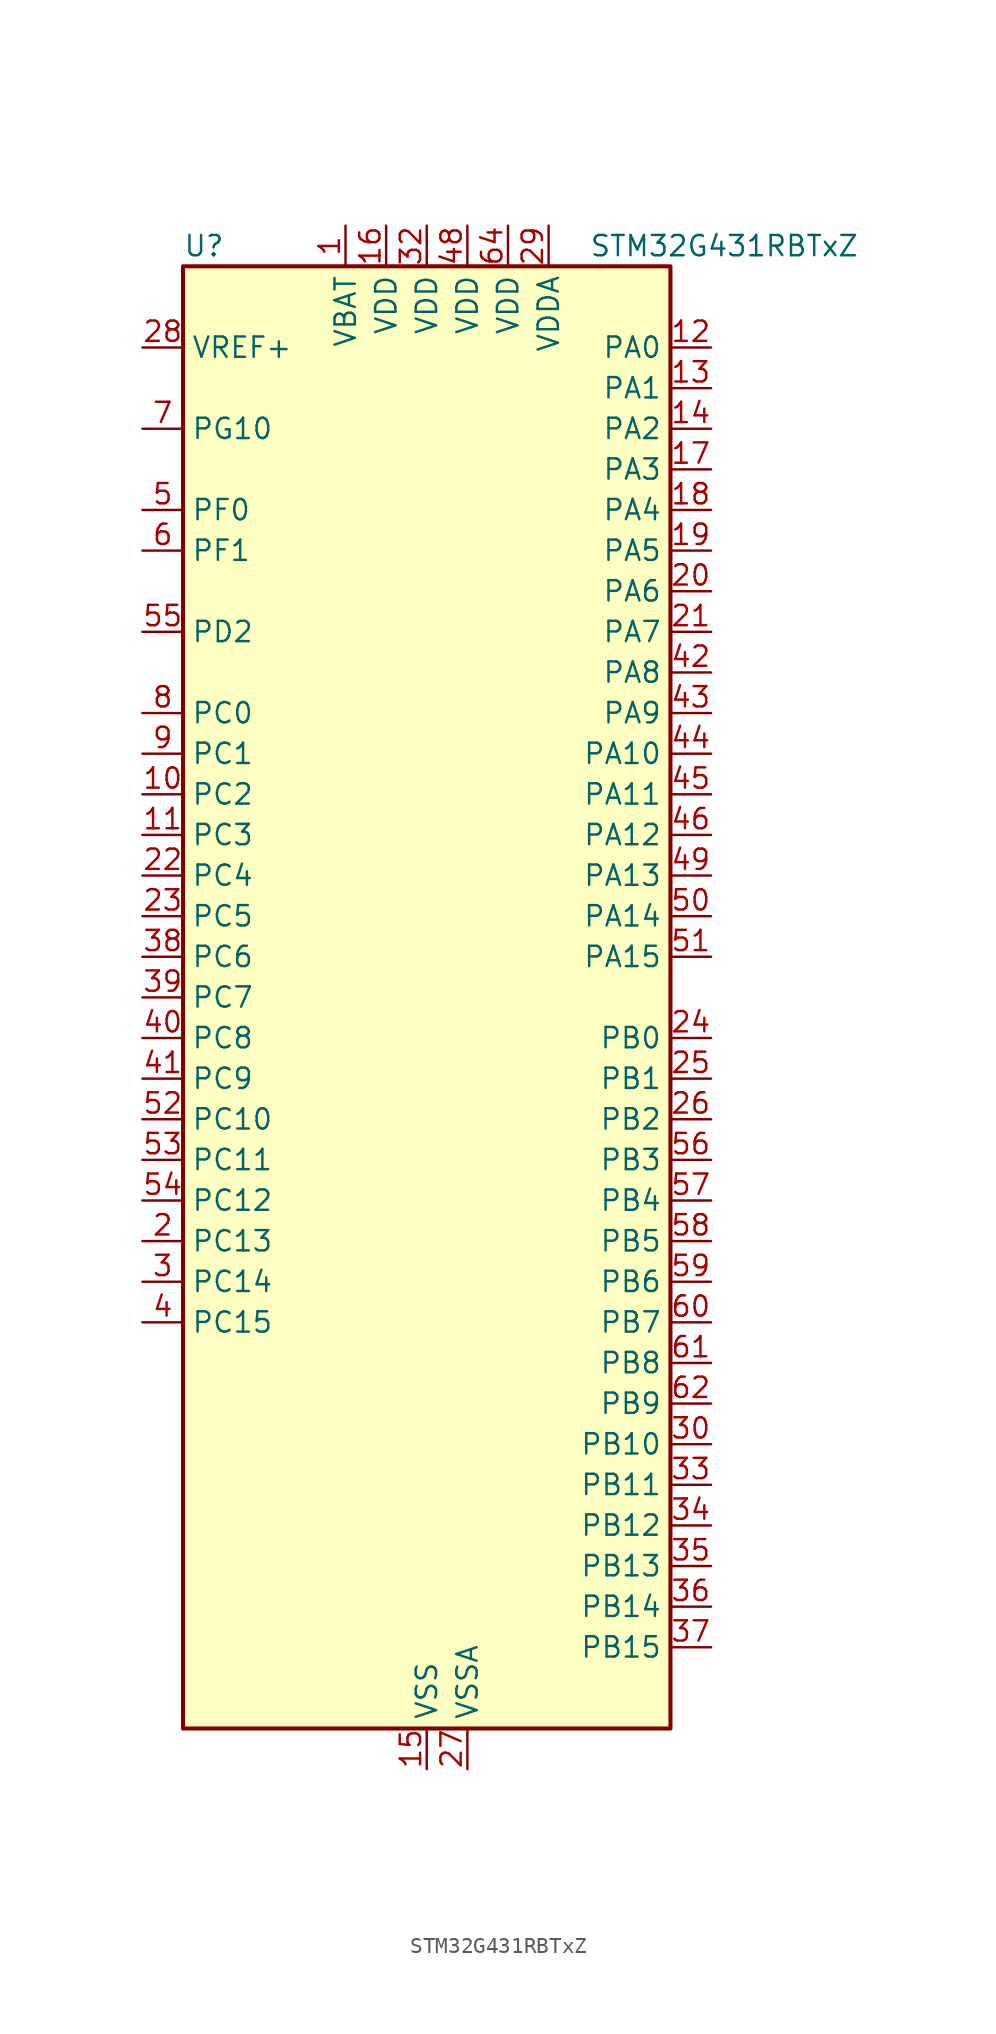
<source format=kicad_sym>
(kicad_symbol_lib
  (version 20241209)
  (generator "kicad_symbol_editor")
  (generator_version "9.0")
  (symbol "STM32G431RBTxZ"
    (property "Reference" "U"
      (at -15.24 46.99 0)
      (effects (font (size 1.27 1.27)) (justify left)))
    (property "Value" "STM32G431RBTxZ"
      (at 10.16 46.99 0)
      (effects (font (size 1.27 1.27)) (justify left)))
    (symbol "STM32G431RBTxZ_0_1"
      (rectangle (start -15.24 -45.72) (end 15.24 45.72) (stroke (width 0.254) (type default)) (fill (type background))))
    (symbol "STM32G431RBTxZ_1_1"
      (pin input line (at -17.78 40.64 0) (length 2.54) (name "VREF+" (effects (font (size 1.27 1.27)))) (number "28" (effects (font (size 1.27 1.27)))) (alternate "VREFBUF_OUT" bidirectional line))
      (pin bidirectional line (at -17.78 35.56 0) (length 2.54) (name "PG10" (effects (font (size 1.27 1.27)))) (number "7" (effects (font (size 1.27 1.27)))) (alternate "DAC1_EXTI10" bidirectional line) (alternate "DAC3_EXTI10" bidirectional line) (alternate "RCC_MCO" bidirectional line))
      (pin bidirectional line (at -17.78 30.48 0) (length 2.54) (name "PF0" (effects (font (size 1.27 1.27)))) (number "5" (effects (font (size 1.27 1.27)))) (alternate "ADC1_IN10" bidirectional line) (alternate "I2C2_SDA" bidirectional line) (alternate "I2S2_WS" bidirectional line) (alternate "RCC_OSC_IN" bidirectional line) (alternate "SPI2_NSS" bidirectional line) (alternate "TIM1_CH3N" bidirectional line))
      (pin bidirectional line (at -17.78 27.94 0) (length 2.54) (name "PF1" (effects (font (size 1.27 1.27)))) (number "6" (effects (font (size 1.27 1.27)))) (alternate "ADC2_IN10" bidirectional line) (alternate "COMP3_INM" bidirectional line) (alternate "I2S2_CK" bidirectional line) (alternate "RCC_OSC_OUT" bidirectional line) (alternate "SPI2_SCK" bidirectional line))
      (pin bidirectional line (at -17.78 22.86 0) (length 2.54) (name "PD2" (effects (font (size 1.27 1.27)))) (number "55" (effects (font (size 1.27 1.27)))) (alternate "TIM3_ETR" bidirectional line) (alternate "TIM8_BKIN" bidirectional line))
      (pin bidirectional line (at -17.78 17.78 0) (length 2.54) (name "PC0" (effects (font (size 1.27 1.27)))) (number "8" (effects (font (size 1.27 1.27)))) (alternate "ADC1_IN6" bidirectional line) (alternate "ADC2_IN6" bidirectional line) (alternate "COMP3_INM" bidirectional line) (alternate "LPTIM1_IN1" bidirectional line) (alternate "LPUART1_RX" bidirectional line) (alternate "TIM1_CH1" bidirectional line))
      (pin bidirectional line (at -17.78 15.24 0) (length 2.54) (name "PC1" (effects (font (size 1.27 1.27)))) (number "9" (effects (font (size 1.27 1.27)))) (alternate "ADC1_IN7" bidirectional line) (alternate "ADC2_IN7" bidirectional line) (alternate "COMP3_INP" bidirectional line) (alternate "LPTIM1_OUT" bidirectional line) (alternate "LPUART1_TX" bidirectional line) (alternate "SAI1_SD_A" bidirectional line) (alternate "TIM1_CH2" bidirectional line))
      (pin bidirectional line (at -17.78 12.7 0) (length 2.54) (name "PC2" (effects (font (size 1.27 1.27)))) (number "10" (effects (font (size 1.27 1.27)))) (alternate "ADC1_IN8" bidirectional line) (alternate "ADC2_IN8" bidirectional line) (alternate "COMP3_OUT" bidirectional line) (alternate "LPTIM1_IN2" bidirectional line) (alternate "TIM1_CH3" bidirectional line))
      (pin bidirectional line (at -17.78 10.16 0) (length 2.54) (name "PC3" (effects (font (size 1.27 1.27)))) (number "11" (effects (font (size 1.27 1.27)))) (alternate "ADC1_IN9" bidirectional line) (alternate "ADC2_IN9" bidirectional line) (alternate "LPTIM1_ETR" bidirectional line) (alternate "SAI1_D1" bidirectional line) (alternate "SAI1_SD_A" bidirectional line) (alternate "TIM1_BKIN2" bidirectional line) (alternate "TIM1_CH4" bidirectional line))
      (pin bidirectional line (at -17.78 7.62 0) (length 2.54) (name "PC4" (effects (font (size 1.27 1.27)))) (number "22" (effects (font (size 1.27 1.27)))) (alternate "ADC2_IN5" bidirectional line) (alternate "I2C2_SCL" bidirectional line) (alternate "TIM1_ETR" bidirectional line) (alternate "USART1_TX" bidirectional line))
      (pin bidirectional line (at -17.78 5.08 0) (length 2.54) (name "PC5" (effects (font (size 1.27 1.27)))) (number "23" (effects (font (size 1.27 1.27)))) (alternate "ADC2_IN11" bidirectional line) (alternate "OPAMP1_VINM" bidirectional line) (alternate "OPAMP1_VINM1" bidirectional line) (alternate "OPAMP1_VINM_SEC" bidirectional line) (alternate "OPAMP2_VINM" bidirectional line) (alternate "OPAMP2_VINM1" bidirectional line) (alternate "OPAMP2_VINM_SEC" bidirectional line) (alternate "SAI1_D3" bidirectional line) (alternate "SYS_WKUP5" bidirectional line) (alternate "TIM15_BKIN" bidirectional line) (alternate "TIM1_CH4N" bidirectional line) (alternate "USART1_RX" bidirectional line))
      (pin bidirectional line (at -17.78 2.54 0) (length 2.54) (name "PC6" (effects (font (size 1.27 1.27)))) (number "38" (effects (font (size 1.27 1.27)))) (alternate "I2S2_MCK" bidirectional line) (alternate "TIM3_CH1" bidirectional line) (alternate "TIM8_CH1" bidirectional line))
      (pin bidirectional line (at -17.78 0 0) (length 2.54) (name "PC7" (effects (font (size 1.27 1.27)))) (number "39" (effects (font (size 1.27 1.27)))) (alternate "I2S3_MCK" bidirectional line) (alternate "TIM3_CH2" bidirectional line) (alternate "TIM8_CH2" bidirectional line))
      (pin bidirectional line (at -17.78 -2.54 0) (length 2.54) (name "PC8" (effects (font (size 1.27 1.27)))) (number "40" (effects (font (size 1.27 1.27)))) (alternate "I2C3_SCL" bidirectional line) (alternate "TIM3_CH3" bidirectional line) (alternate "TIM8_CH3" bidirectional line))
      (pin bidirectional line (at -17.78 -5.08 0) (length 2.54) (name "PC9" (effects (font (size 1.27 1.27)))) (number "41" (effects (font (size 1.27 1.27)))) (alternate "DAC1_EXTI9" bidirectional line) (alternate "DAC3_EXTI9" bidirectional line) (alternate "I2C3_SDA" bidirectional line) (alternate "I2S_CKIN" bidirectional line) (alternate "TIM3_CH4" bidirectional line) (alternate "TIM8_BKIN2" bidirectional line) (alternate "TIM8_CH4" bidirectional line))
      (pin bidirectional line (at -17.78 -7.62 0) (length 2.54) (name "PC10" (effects (font (size 1.27 1.27)))) (number "52" (effects (font (size 1.27 1.27)))) (alternate "DAC1_EXTI10" bidirectional line) (alternate "DAC3_EXTI10" bidirectional line) (alternate "I2S3_CK" bidirectional line) (alternate "SPI3_SCK" bidirectional line) (alternate "TIM8_CH1N" bidirectional line) (alternate "UART4_TX" bidirectional line) (alternate "USART3_TX" bidirectional line))
      (pin bidirectional line (at -17.78 -10.16 0) (length 2.54) (name "PC11" (effects (font (size 1.27 1.27)))) (number "53" (effects (font (size 1.27 1.27)))) (alternate "ADC1_EXTI11" bidirectional line) (alternate "ADC2_EXTI11" bidirectional line) (alternate "I2C3_SDA" bidirectional line) (alternate "SPI3_MISO" bidirectional line) (alternate "TIM8_CH2N" bidirectional line) (alternate "UART4_RX" bidirectional line) (alternate "USART3_RX" bidirectional line))
      (pin bidirectional line (at -17.78 -12.7 0) (length 2.54) (name "PC12" (effects (font (size 1.27 1.27)))) (number "54" (effects (font (size 1.27 1.27)))) (alternate "I2S3_SD" bidirectional line) (alternate "SPI3_MOSI" bidirectional line) (alternate "TIM8_CH3N" bidirectional line) (alternate "UCPD1_FRSTX1" bidirectional line) (alternate "UCPD1_FRSTX2" bidirectional line) (alternate "USART3_CK" bidirectional line))
      (pin bidirectional line (at -17.78 -15.24 0) (length 2.54) (name "PC13" (effects (font (size 1.27 1.27)))) (number "2" (effects (font (size 1.27 1.27)))) (alternate "RTC_OUT1" bidirectional line) (alternate "RTC_TAMP1" bidirectional line) (alternate "RTC_TS" bidirectional line) (alternate "SYS_WKUP2" bidirectional line) (alternate "TIM1_BKIN" bidirectional line) (alternate "TIM1_CH1N" bidirectional line) (alternate "TIM8_CH4N" bidirectional line))
      (pin bidirectional line (at -17.78 -17.78 0) (length 2.54) (name "PC14" (effects (font (size 1.27 1.27)))) (number "3" (effects (font (size 1.27 1.27)))) (alternate "RCC_OSC32_IN" bidirectional line))
      (pin bidirectional line (at -17.78 -20.32 0) (length 2.54) (name "PC15" (effects (font (size 1.27 1.27)))) (number "4" (effects (font (size 1.27 1.27)))) (alternate "ADC1_EXTI15" bidirectional line) (alternate "ADC2_EXTI15" bidirectional line) (alternate "RCC_OSC32_OUT" bidirectional line))
      (pin power_in line (at -5.08 48.26 270) (length 2.54) (name "VBAT" (effects (font (size 1.27 1.27)))) (number "1" (effects (font (size 1.27 1.27)))))
      (pin power_in line (at -2.54 48.26 270) (length 2.54) (name "VDD" (effects (font (size 1.27 1.27)))) (number "16" (effects (font (size 1.27 1.27)))))
      (pin power_in line (at 0 48.26 270) (length 2.54) (name "VDD" (effects (font (size 1.27 1.27)))) (number "32" (effects (font (size 1.27 1.27)))))
      (pin power_in line (at 0 -48.26 90) (length 2.54) (name "VSS" (effects (font (size 1.27 1.27)))) (number "15" (effects (font (size 1.27 1.27)))))
      (pin passive line (at 0 -48.26 90) (length 2.54) (hide yes) (name "VSS" (effects (font (size 1.27 1.27)))) (number "31" (effects (font (size 1.27 1.27)))))
      (pin passive line (at 0 -48.26 90) (length 2.54) (hide yes) (name "VSS" (effects (font (size 1.27 1.27)))) (number "47" (effects (font (size 1.27 1.27)))))
      (pin passive line (at 0 -48.26 90) (length 2.54) (hide yes) (name "VSS" (effects (font (size 1.27 1.27)))) (number "63" (effects (font (size 1.27 1.27)))))
      (pin power_in line (at 2.54 48.26 270) (length 2.54) (name "VDD" (effects (font (size 1.27 1.27)))) (number "48" (effects (font (size 1.27 1.27)))))
      (pin power_in line (at 2.54 -48.26 90) (length 2.54) (name "VSSA" (effects (font (size 1.27 1.27)))) (number "27" (effects (font (size 1.27 1.27)))))
      (pin power_in line (at 5.08 48.26 270) (length 2.54) (name "VDD" (effects (font (size 1.27 1.27)))) (number "64" (effects (font (size 1.27 1.27)))))
      (pin power_in line (at 7.62 48.26 270) (length 2.54) (name "VDDA" (effects (font (size 1.27 1.27)))) (number "29" (effects (font (size 1.27 1.27)))))
      (pin bidirectional line (at 17.78 40.64 180) (length 2.54) (name "PA0" (effects (font (size 1.27 1.27)))) (number "12" (effects (font (size 1.27 1.27)))) (alternate "ADC1_IN1" bidirectional line) (alternate "ADC2_IN1" bidirectional line) (alternate "COMP1_INM" bidirectional line) (alternate "COMP1_OUT" bidirectional line) (alternate "COMP3_INP" bidirectional line) (alternate "RTC_TAMP2" bidirectional line) (alternate "SYS_WKUP1" bidirectional line) (alternate "TIM2_CH1" bidirectional line) (alternate "TIM2_ETR" bidirectional line) (alternate "TIM8_BKIN" bidirectional line) (alternate "TIM8_ETR" bidirectional line) (alternate "USART2_CTS" bidirectional line) (alternate "USART2_NSS" bidirectional line))
      (pin bidirectional line (at 17.78 38.1 180) (length 2.54) (name "PA1" (effects (font (size 1.27 1.27)))) (number "13" (effects (font (size 1.27 1.27)))) (alternate "ADC1_IN2" bidirectional line) (alternate "ADC2_IN2" bidirectional line) (alternate "COMP1_INP" bidirectional line) (alternate "OPAMP1_VINP" bidirectional line) (alternate "OPAMP1_VINP_SEC" bidirectional line) (alternate "OPAMP3_VINP" bidirectional line) (alternate "OPAMP3_VINP_SEC" bidirectional line) (alternate "RTC_REFIN" bidirectional line) (alternate "TIM15_CH1N" bidirectional line) (alternate "TIM2_CH2" bidirectional line) (alternate "USART2_DE" bidirectional line) (alternate "USART2_RTS" bidirectional line))
      (pin bidirectional line (at 17.78 35.56 180) (length 2.54) (name "PA2" (effects (font (size 1.27 1.27)))) (number "14" (effects (font (size 1.27 1.27)))) (alternate "ADC1_IN3" bidirectional line) (alternate "COMP2_INM" bidirectional line) (alternate "COMP2_OUT" bidirectional line) (alternate "LPUART1_TX" bidirectional line) (alternate "OPAMP1_VOUT" bidirectional line) (alternate "RCC_LSCO" bidirectional line) (alternate "SYS_WKUP4" bidirectional line) (alternate "TIM15_CH1" bidirectional line) (alternate "TIM2_CH3" bidirectional line) (alternate "UCPD1_FRSTX1" bidirectional line) (alternate "UCPD1_FRSTX2" bidirectional line) (alternate "USART2_TX" bidirectional line))
      (pin bidirectional line (at 17.78 33.02 180) (length 2.54) (name "PA3" (effects (font (size 1.27 1.27)))) (number "17" (effects (font (size 1.27 1.27)))) (alternate "ADC1_IN4" bidirectional line) (alternate "COMP2_INP" bidirectional line) (alternate "LPUART1_RX" bidirectional line) (alternate "OPAMP1_VINM" bidirectional line) (alternate "OPAMP1_VINM0" bidirectional line) (alternate "OPAMP1_VINM_SEC" bidirectional line) (alternate "OPAMP1_VINP" bidirectional line) (alternate "OPAMP1_VINP_SEC" bidirectional line) (alternate "SAI1_CK1" bidirectional line) (alternate "SAI1_MCLK_A" bidirectional line) (alternate "TIM15_CH2" bidirectional line) (alternate "TIM2_CH4" bidirectional line) (alternate "USART2_RX" bidirectional line))
      (pin bidirectional line (at 17.78 30.48 180) (length 2.54) (name "PA4" (effects (font (size 1.27 1.27)))) (number "18" (effects (font (size 1.27 1.27)))) (alternate "ADC2_IN17" bidirectional line) (alternate "COMP1_INM" bidirectional line) (alternate "DAC1_OUT1" bidirectional line) (alternate "I2S3_WS" bidirectional line) (alternate "SAI1_FS_B" bidirectional line) (alternate "SPI1_NSS" bidirectional line) (alternate "SPI3_NSS" bidirectional line) (alternate "TIM3_CH2" bidirectional line) (alternate "USART2_CK" bidirectional line))
      (pin bidirectional line (at 17.78 27.94 180) (length 2.54) (name "PA5" (effects (font (size 1.27 1.27)))) (number "19" (effects (font (size 1.27 1.27)))) (alternate "ADC2_IN13" bidirectional line) (alternate "COMP2_INM" bidirectional line) (alternate "DAC1_OUT2" bidirectional line) (alternate "OPAMP2_VINM" bidirectional line) (alternate "OPAMP2_VINM0" bidirectional line) (alternate "OPAMP2_VINM_SEC" bidirectional line) (alternate "SPI1_SCK" bidirectional line) (alternate "TIM2_CH1" bidirectional line) (alternate "TIM2_ETR" bidirectional line) (alternate "UCPD1_FRSTX1" bidirectional line) (alternate "UCPD1_FRSTX2" bidirectional line))
      (pin bidirectional line (at 17.78 25.4 180) (length 2.54) (name "PA6" (effects (font (size 1.27 1.27)))) (number "20" (effects (font (size 1.27 1.27)))) (alternate "ADC2_IN3" bidirectional line) (alternate "COMP1_OUT" bidirectional line) (alternate "LPUART1_CTS" bidirectional line) (alternate "OPAMP2_VOUT" bidirectional line) (alternate "SPI1_MISO" bidirectional line) (alternate "TIM16_CH1" bidirectional line) (alternate "TIM1_BKIN" bidirectional line) (alternate "TIM3_CH1" bidirectional line) (alternate "TIM8_BKIN" bidirectional line))
      (pin bidirectional line (at 17.78 22.86 180) (length 2.54) (name "PA7" (effects (font (size 1.27 1.27)))) (number "21" (effects (font (size 1.27 1.27)))) (alternate "ADC2_IN4" bidirectional line) (alternate "COMP2_INP" bidirectional line) (alternate "COMP2_OUT" bidirectional line) (alternate "OPAMP1_VINP" bidirectional line) (alternate "OPAMP1_VINP_SEC" bidirectional line) (alternate "OPAMP2_VINP" bidirectional line) (alternate "OPAMP2_VINP_SEC" bidirectional line) (alternate "SPI1_MOSI" bidirectional line) (alternate "TIM17_CH1" bidirectional line) (alternate "TIM1_CH1N" bidirectional line) (alternate "TIM3_CH2" bidirectional line) (alternate "TIM8_CH1N" bidirectional line) (alternate "UCPD1_FRSTX1" bidirectional line) (alternate "UCPD1_FRSTX2" bidirectional line))
      (pin bidirectional line (at 17.78 20.32 180) (length 2.54) (name "PA8" (effects (font (size 1.27 1.27)))) (number "42" (effects (font (size 1.27 1.27)))) (alternate "I2C2_SDA" bidirectional line) (alternate "I2C3_SCL" bidirectional line) (alternate "I2S2_MCK" bidirectional line) (alternate "RCC_MCO" bidirectional line) (alternate "SAI1_CK2" bidirectional line) (alternate "SAI1_SCK_A" bidirectional line) (alternate "TIM1_CH1" bidirectional line) (alternate "TIM4_ETR" bidirectional line) (alternate "USART1_CK" bidirectional line))
      (pin bidirectional line (at 17.78 17.78 180) (length 2.54) (name "PA9" (effects (font (size 1.27 1.27)))) (number "43" (effects (font (size 1.27 1.27)))) (alternate "DAC1_EXTI9" bidirectional line) (alternate "DAC3_EXTI9" bidirectional line) (alternate "I2C2_SCL" bidirectional line) (alternate "I2C3_SMBA" bidirectional line) (alternate "I2S3_MCK" bidirectional line) (alternate "SAI1_FS_A" bidirectional line) (alternate "TIM15_BKIN" bidirectional line) (alternate "TIM1_CH2" bidirectional line) (alternate "TIM2_CH3" bidirectional line) (alternate "UCPD1_DBCC1" bidirectional line) (alternate "USART1_TX" bidirectional line))
      (pin bidirectional line (at 17.78 15.24 180) (length 2.54) (name "PA10" (effects (font (size 1.27 1.27)))) (number "44" (effects (font (size 1.27 1.27)))) (alternate "CRS_SYNC" bidirectional line) (alternate "DAC1_EXTI10" bidirectional line) (alternate "DAC3_EXTI10" bidirectional line) (alternate "I2C2_SMBA" bidirectional line) (alternate "SAI1_D1" bidirectional line) (alternate "SAI1_SD_A" bidirectional line) (alternate "SPI2_MISO" bidirectional line) (alternate "TIM17_BKIN" bidirectional line) (alternate "TIM1_CH3" bidirectional line) (alternate "TIM2_CH4" bidirectional line) (alternate "TIM8_BKIN" bidirectional line) (alternate "UCPD1_DBCC2" bidirectional line) (alternate "USART1_RX" bidirectional line))
      (pin bidirectional line (at 17.78 12.7 180) (length 2.54) (name "PA11" (effects (font (size 1.27 1.27)))) (number "45" (effects (font (size 1.27 1.27)))) (alternate "ADC1_EXTI11" bidirectional line) (alternate "ADC2_EXTI11" bidirectional line) (alternate "COMP1_OUT" bidirectional line) (alternate "FDCAN1_RX" bidirectional line) (alternate "I2S2_SD" bidirectional line) (alternate "SPI2_MOSI" bidirectional line) (alternate "TIM1_BKIN2" bidirectional line) (alternate "TIM1_CH1N" bidirectional line) (alternate "TIM1_CH4" bidirectional line) (alternate "TIM4_CH1" bidirectional line) (alternate "USART1_CTS" bidirectional line) (alternate "USART1_NSS" bidirectional line) (alternate "USB_DM" bidirectional line))
      (pin bidirectional line (at 17.78 10.16 180) (length 2.54) (name "PA12" (effects (font (size 1.27 1.27)))) (number "46" (effects (font (size 1.27 1.27)))) (alternate "COMP2_OUT" bidirectional line) (alternate "FDCAN1_TX" bidirectional line) (alternate "I2S_CKIN" bidirectional line) (alternate "TIM16_CH1" bidirectional line) (alternate "TIM1_CH2N" bidirectional line) (alternate "TIM1_ETR" bidirectional line) (alternate "TIM4_CH2" bidirectional line) (alternate "USART1_DE" bidirectional line) (alternate "USART1_RTS" bidirectional line) (alternate "USB_DP" bidirectional line))
      (pin bidirectional line (at 17.78 7.62 180) (length 2.54) (name "PA13" (effects (font (size 1.27 1.27)))) (number "49" (effects (font (size 1.27 1.27)))) (alternate "I2C1_SCL" bidirectional line) (alternate "IR_OUT" bidirectional line) (alternate "SAI1_SD_B" bidirectional line) (alternate "SYS_JTMS-SWDIO" bidirectional line) (alternate "TIM16_CH1N" bidirectional line) (alternate "TIM4_CH3" bidirectional line) (alternate "USART3_CTS" bidirectional line) (alternate "USART3_NSS" bidirectional line))
      (pin bidirectional line (at 17.78 5.08 180) (length 2.54) (name "PA14" (effects (font (size 1.27 1.27)))) (number "50" (effects (font (size 1.27 1.27)))) (alternate "I2C1_SDA" bidirectional line) (alternate "LPTIM1_OUT" bidirectional line) (alternate "SAI1_FS_B" bidirectional line) (alternate "SYS_JTCK-SWCLK" bidirectional line) (alternate "TIM1_BKIN" bidirectional line) (alternate "TIM8_CH2" bidirectional line) (alternate "USART2_TX" bidirectional line))
      (pin bidirectional line (at 17.78 2.54 180) (length 2.54) (name "PA15" (effects (font (size 1.27 1.27)))) (number "51" (effects (font (size 1.27 1.27)))) (alternate "ADC1_EXTI15" bidirectional line) (alternate "ADC2_EXTI15" bidirectional line) (alternate "I2C1_SCL" bidirectional line) (alternate "I2S3_WS" bidirectional line) (alternate "SPI1_NSS" bidirectional line) (alternate "SPI3_NSS" bidirectional line) (alternate "SYS_JTDI" bidirectional line) (alternate "TIM1_BKIN" bidirectional line) (alternate "TIM2_CH1" bidirectional line) (alternate "TIM2_ETR" bidirectional line) (alternate "TIM8_CH1" bidirectional line) (alternate "UART4_DE" bidirectional line) (alternate "UART4_RTS" bidirectional line) (alternate "USART2_RX" bidirectional line))
      (pin bidirectional line (at 17.78 -2.54 180) (length 2.54) (name "PB0" (effects (font (size 1.27 1.27)))) (number "24" (effects (font (size 1.27 1.27)))) (alternate "ADC1_IN15" bidirectional line) (alternate "COMP4_INP" bidirectional line) (alternate "OPAMP2_VINP" bidirectional line) (alternate "OPAMP2_VINP_SEC" bidirectional line) (alternate "OPAMP3_VINP" bidirectional line) (alternate "OPAMP3_VINP_SEC" bidirectional line) (alternate "TIM1_CH2N" bidirectional line) (alternate "TIM3_CH3" bidirectional line) (alternate "TIM8_CH2N" bidirectional line) (alternate "UCPD1_FRSTX1" bidirectional line) (alternate "UCPD1_FRSTX2" bidirectional line))
      (pin bidirectional line (at 17.78 -5.08 180) (length 2.54) (name "PB1" (effects (font (size 1.27 1.27)))) (number "25" (effects (font (size 1.27 1.27)))) (alternate "ADC1_IN12" bidirectional line) (alternate "COMP1_INP" bidirectional line) (alternate "COMP4_OUT" bidirectional line) (alternate "LPUART1_DE" bidirectional line) (alternate "LPUART1_RTS" bidirectional line) (alternate "OPAMP3_VOUT" bidirectional line) (alternate "TIM1_CH3N" bidirectional line) (alternate "TIM3_CH4" bidirectional line) (alternate "TIM8_CH3N" bidirectional line))
      (pin bidirectional line (at 17.78 -7.62 180) (length 2.54) (name "PB2" (effects (font (size 1.27 1.27)))) (number "26" (effects (font (size 1.27 1.27)))) (alternate "ADC2_IN12" bidirectional line) (alternate "COMP4_INM" bidirectional line) (alternate "I2C3_SMBA" bidirectional line) (alternate "LPTIM1_OUT" bidirectional line) (alternate "OPAMP3_VINM" bidirectional line) (alternate "OPAMP3_VINM0" bidirectional line) (alternate "OPAMP3_VINM_SEC" bidirectional line) (alternate "RTC_OUT2" bidirectional line))
      (pin bidirectional line (at 17.78 -10.16 180) (length 2.54) (name "PB3" (effects (font (size 1.27 1.27)))) (number "56" (effects (font (size 1.27 1.27)))) (alternate "CRS_SYNC" bidirectional line) (alternate "I2S3_CK" bidirectional line) (alternate "SAI1_SCK_B" bidirectional line) (alternate "SPI1_SCK" bidirectional line) (alternate "SPI3_SCK" bidirectional line) (alternate "SYS_JTDO-SWO" bidirectional line) (alternate "TIM2_CH2" bidirectional line) (alternate "TIM3_ETR" bidirectional line) (alternate "TIM4_ETR" bidirectional line) (alternate "TIM8_CH1N" bidirectional line) (alternate "USART2_TX" bidirectional line))
      (pin bidirectional line (at 17.78 -12.7 180) (length 2.54) (name "PB4" (effects (font (size 1.27 1.27)))) (number "57" (effects (font (size 1.27 1.27)))) (alternate "SAI1_MCLK_B" bidirectional line) (alternate "SPI1_MISO" bidirectional line) (alternate "SPI3_MISO" bidirectional line) (alternate "SYS_JTRST" bidirectional line) (alternate "TIM16_CH1" bidirectional line) (alternate "TIM17_BKIN" bidirectional line) (alternate "TIM3_CH1" bidirectional line) (alternate "TIM8_CH2N" bidirectional line) (alternate "UCPD1_CC2" bidirectional line) (alternate "USART2_RX" bidirectional line))
      (pin bidirectional line (at 17.78 -15.24 180) (length 2.54) (name "PB5" (effects (font (size 1.27 1.27)))) (number "58" (effects (font (size 1.27 1.27)))) (alternate "I2C1_SMBA" bidirectional line) (alternate "I2C3_SDA" bidirectional line) (alternate "I2S3_SD" bidirectional line) (alternate "LPTIM1_IN1" bidirectional line) (alternate "SAI1_SD_B" bidirectional line) (alternate "SPI1_MOSI" bidirectional line) (alternate "SPI3_MOSI" bidirectional line) (alternate "TIM16_BKIN" bidirectional line) (alternate "TIM17_CH1" bidirectional line) (alternate "TIM3_CH2" bidirectional line) (alternate "TIM8_CH3N" bidirectional line) (alternate "USART2_CK" bidirectional line))
      (pin bidirectional line (at 17.78 -17.78 180) (length 2.54) (name "PB6" (effects (font (size 1.27 1.27)))) (number "59" (effects (font (size 1.27 1.27)))) (alternate "COMP4_OUT" bidirectional line) (alternate "LPTIM1_ETR" bidirectional line) (alternate "SAI1_FS_B" bidirectional line) (alternate "TIM16_CH1N" bidirectional line) (alternate "TIM4_CH1" bidirectional line) (alternate "TIM8_BKIN2" bidirectional line) (alternate "TIM8_CH1" bidirectional line) (alternate "TIM8_ETR" bidirectional line) (alternate "UCPD1_CC1" bidirectional line) (alternate "USART1_TX" bidirectional line))
      (pin bidirectional line (at 17.78 -20.32 180) (length 2.54) (name "PB7" (effects (font (size 1.27 1.27)))) (number "60" (effects (font (size 1.27 1.27)))) (alternate "COMP3_OUT" bidirectional line) (alternate "I2C1_SDA" bidirectional line) (alternate "LPTIM1_IN2" bidirectional line) (alternate "SYS_PVD_IN" bidirectional line) (alternate "TIM17_CH1N" bidirectional line) (alternate "TIM3_CH4" bidirectional line) (alternate "TIM4_CH2" bidirectional line) (alternate "TIM8_BKIN" bidirectional line) (alternate "UART4_CTS" bidirectional line) (alternate "USART1_RX" bidirectional line))
      (pin bidirectional line (at 17.78 -22.86 180) (length 2.54) (name "PB8" (effects (font (size 1.27 1.27)))) (number "61" (effects (font (size 1.27 1.27)))) (alternate "COMP1_OUT" bidirectional line) (alternate "FDCAN1_RX" bidirectional line) (alternate "I2C1_SCL" bidirectional line) (alternate "SAI1_CK1" bidirectional line) (alternate "SAI1_MCLK_A" bidirectional line) (alternate "TIM16_CH1" bidirectional line) (alternate "TIM1_BKIN" bidirectional line) (alternate "TIM4_CH3" bidirectional line) (alternate "TIM8_CH2" bidirectional line) (alternate "USART3_RX" bidirectional line))
      (pin bidirectional line (at 17.78 -25.4 180) (length 2.54) (name "PB9" (effects (font (size 1.27 1.27)))) (number "62" (effects (font (size 1.27 1.27)))) (alternate "COMP2_OUT" bidirectional line) (alternate "DAC1_EXTI9" bidirectional line) (alternate "DAC3_EXTI9" bidirectional line) (alternate "FDCAN1_TX" bidirectional line) (alternate "I2C1_SDA" bidirectional line) (alternate "IR_OUT" bidirectional line) (alternate "SAI1_D2" bidirectional line) (alternate "SAI1_FS_A" bidirectional line) (alternate "TIM17_CH1" bidirectional line) (alternate "TIM1_CH3N" bidirectional line) (alternate "TIM4_CH4" bidirectional line) (alternate "TIM8_CH3" bidirectional line) (alternate "USART3_TX" bidirectional line))
      (pin bidirectional line (at 17.78 -27.94 180) (length 2.54) (name "PB10" (effects (font (size 1.27 1.27)))) (number "30" (effects (font (size 1.27 1.27)))) (alternate "DAC1_EXTI10" bidirectional line) (alternate "DAC3_EXTI10" bidirectional line) (alternate "LPUART1_RX" bidirectional line) (alternate "OPAMP3_VINM" bidirectional line) (alternate "OPAMP3_VINM1" bidirectional line) (alternate "OPAMP3_VINM_SEC" bidirectional line) (alternate "SAI1_SCK_A" bidirectional line) (alternate "TIM1_BKIN" bidirectional line) (alternate "TIM2_CH3" bidirectional line) (alternate "USART3_TX" bidirectional line))
      (pin bidirectional line (at 17.78 -30.48 180) (length 2.54) (name "PB11" (effects (font (size 1.27 1.27)))) (number "33" (effects (font (size 1.27 1.27)))) (alternate "ADC1_EXTI11" bidirectional line) (alternate "ADC1_IN14" bidirectional line) (alternate "ADC2_EXTI11" bidirectional line) (alternate "ADC2_IN14" bidirectional line) (alternate "LPUART1_TX" bidirectional line) (alternate "TIM2_CH4" bidirectional line) (alternate "USART3_RX" bidirectional line))
      (pin bidirectional line (at 17.78 -33.02 180) (length 2.54) (name "PB12" (effects (font (size 1.27 1.27)))) (number "34" (effects (font (size 1.27 1.27)))) (alternate "ADC1_IN11" bidirectional line) (alternate "I2C2_SMBA" bidirectional line) (alternate "I2S2_WS" bidirectional line) (alternate "LPUART1_DE" bidirectional line) (alternate "LPUART1_RTS" bidirectional line) (alternate "SPI2_NSS" bidirectional line) (alternate "TIM1_BKIN" bidirectional line) (alternate "USART3_CK" bidirectional line))
      (pin bidirectional line (at 17.78 -35.56 180) (length 2.54) (name "PB13" (effects (font (size 1.27 1.27)))) (number "35" (effects (font (size 1.27 1.27)))) (alternate "I2S2_CK" bidirectional line) (alternate "LPUART1_CTS" bidirectional line) (alternate "OPAMP3_VINP" bidirectional line) (alternate "OPAMP3_VINP_SEC" bidirectional line) (alternate "SPI2_SCK" bidirectional line) (alternate "TIM1_CH1N" bidirectional line) (alternate "USART3_CTS" bidirectional line) (alternate "USART3_NSS" bidirectional line))
      (pin bidirectional line (at 17.78 -38.1 180) (length 2.54) (name "PB14" (effects (font (size 1.27 1.27)))) (number "36" (effects (font (size 1.27 1.27)))) (alternate "ADC1_IN5" bidirectional line) (alternate "COMP4_OUT" bidirectional line) (alternate "OPAMP2_VINP" bidirectional line) (alternate "OPAMP2_VINP_SEC" bidirectional line) (alternate "SPI2_MISO" bidirectional line) (alternate "TIM15_CH1" bidirectional line) (alternate "TIM1_CH2N" bidirectional line) (alternate "USART3_DE" bidirectional line) (alternate "USART3_RTS" bidirectional line))
      (pin bidirectional line (at 17.78 -40.64 180) (length 2.54) (name "PB15" (effects (font (size 1.27 1.27)))) (number "37" (effects (font (size 1.27 1.27)))) (alternate "ADC1_EXTI15" bidirectional line) (alternate "ADC2_EXTI15" bidirectional line) (alternate "ADC2_IN15" bidirectional line) (alternate "COMP3_OUT" bidirectional line) (alternate "I2S2_SD" bidirectional line) (alternate "RTC_REFIN" bidirectional line) (alternate "SPI2_MOSI" bidirectional line) (alternate "TIM15_CH1N" bidirectional line) (alternate "TIM15_CH2" bidirectional line) (alternate "TIM1_CH3N" bidirectional line)))))
</source>
